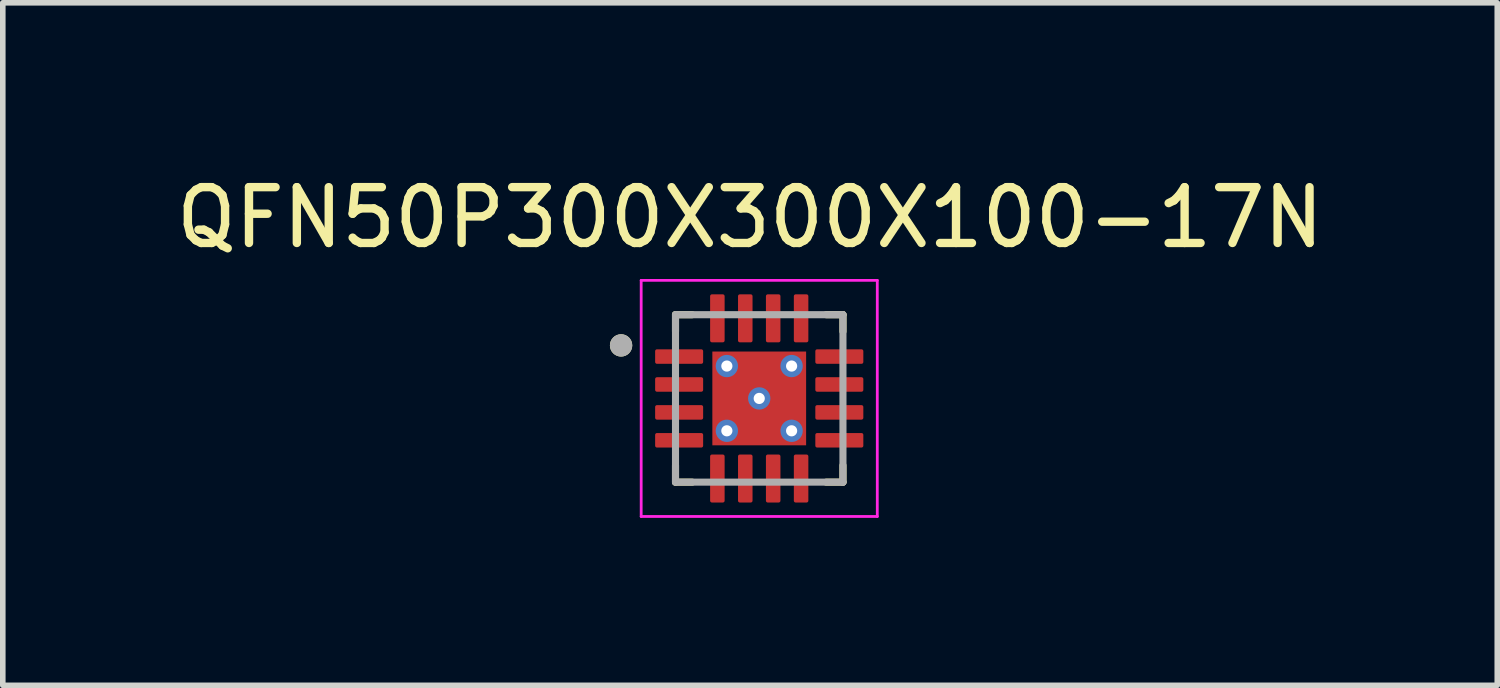
<source format=kicad_pcb>
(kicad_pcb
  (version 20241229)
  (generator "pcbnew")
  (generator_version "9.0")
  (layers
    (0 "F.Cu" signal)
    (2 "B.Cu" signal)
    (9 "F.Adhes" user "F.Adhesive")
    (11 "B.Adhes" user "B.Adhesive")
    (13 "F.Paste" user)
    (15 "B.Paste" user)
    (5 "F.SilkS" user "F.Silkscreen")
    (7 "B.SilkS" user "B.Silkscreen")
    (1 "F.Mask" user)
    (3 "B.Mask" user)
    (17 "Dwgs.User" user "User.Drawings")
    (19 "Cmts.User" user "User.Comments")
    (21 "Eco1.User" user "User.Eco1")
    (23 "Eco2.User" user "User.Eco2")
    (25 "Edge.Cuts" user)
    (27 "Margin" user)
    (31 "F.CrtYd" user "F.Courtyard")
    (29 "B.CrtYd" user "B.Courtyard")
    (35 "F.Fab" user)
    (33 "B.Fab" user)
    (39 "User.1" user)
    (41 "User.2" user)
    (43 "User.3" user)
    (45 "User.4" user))
  (footprint "QFN50P300X300X100-17N"
    (layer "F.Cu")
    (at 10.552 4.088)
    (property "Reference" "QFN50P300X300X100-17N" (at -0.165 -3.24 0) (layer "F.SilkS") (effects (font (size 1 1) (thickness 0.15))))
    (attr smd)
    (fp_line (start -1.5 -1.5) (end -1.5 -1.2) (stroke (width 0.127) (type solid)) (layer "F.SilkS"))
    (fp_line (start -1.5 -1.5) (end -1.2 -1.5) (stroke (width 0.127) (type solid)) (layer "F.SilkS"))
    (fp_line (start -1.5 1.5) (end -1.5 1.2) (stroke (width 0.127) (type solid)) (layer "F.SilkS"))
    (fp_line (start -1.5 1.5) (end -1.2 1.5) (stroke (width 0.127) (type solid)) (layer "F.SilkS"))
    (fp_line (start 1.5 -1.5) (end 1.2 -1.5) (stroke (width 0.127) (type solid)) (layer "F.SilkS"))
    (fp_line (start 1.5 -1.5) (end 1.5 -1.2) (stroke (width 0.127) (type solid)) (layer "F.SilkS"))
    (fp_line (start 1.5 1.5) (end 1.2 1.5) (stroke (width 0.127) (type solid)) (layer "F.SilkS"))
    (fp_line (start 1.5 1.5) (end 1.5 1.2) (stroke (width 0.127) (type solid)) (layer "F.SilkS"))
    (fp_circle (center -2.475 -0.95) (end -2.375 -0.95) (stroke (width 0.2) (type solid)) (fill no) (layer "F.SilkS"))
    (fp_poly (pts (xy -0.53 -0.53) (xy 0.53 -0.53) (xy 0.53 0.53) (xy -0.53 0.53)) (stroke (width 0.01) (type solid)) (fill yes) (layer "F.Paste"))
    (fp_line (start -2.115 -2.115) (end 2.115 -2.115) (stroke (width 0.05) (type solid)) (layer "F.CrtYd"))
    (fp_line (start -2.115 2.115) (end -2.115 -2.115) (stroke (width 0.05) (type solid)) (layer "F.CrtYd"))
    (fp_line (start -2.115 2.115) (end 2.115 2.115) (stroke (width 0.05) (type solid)) (layer "F.CrtYd"))
    (fp_line (start 2.115 2.115) (end 2.115 -2.115) (stroke (width 0.05) (type solid)) (layer "F.CrtYd"))
    (fp_line (start -1.5 1.5) (end -1.5 -1.5) (stroke (width 0.127) (type solid)) (layer "F.Fab"))
    (fp_line (start 1.5 -1.5) (end -1.5 -1.5) (stroke (width 0.127) (type solid)) (layer "F.Fab"))
    (fp_line (start 1.5 1.5) (end -1.5 1.5) (stroke (width 0.127) (type solid)) (layer "F.Fab"))
    (fp_line (start 1.5 1.5) (end 1.5 -1.5) (stroke (width 0.127) (type solid)) (layer "F.Fab"))
    (fp_circle (center -2.475 -0.95) (end -2.375 -0.95) (stroke (width 0.2) (type solid)) (fill no) (layer "F.Fab"))
    (pad "1" smd roundrect (at -1.435 -0.75) (size 0.86 0.26) (layers "F.Cu" "F.Mask" "F.Paste") (roundrect_rratio 0.125))
    (pad "2" smd roundrect (at -1.435 -0.25) (size 0.86 0.26) (layers "F.Cu" "F.Mask" "F.Paste") (roundrect_rratio 0.125))
    (pad "3" smd roundrect (at -1.435 0.25) (size 0.86 0.26) (layers "F.Cu" "F.Mask" "F.Paste") (roundrect_rratio 0.125))
    (pad "4" smd roundrect (at -1.435 0.75) (size 0.86 0.26) (layers "F.Cu" "F.Mask" "F.Paste") (roundrect_rratio 0.125))
    (pad "5" smd roundrect (at -0.75 1.435) (size 0.26 0.86) (layers "F.Cu" "F.Mask" "F.Paste") (roundrect_rratio 0.125))
    (pad "6" smd roundrect (at -0.25 1.435) (size 0.26 0.86) (layers "F.Cu" "F.Mask" "F.Paste") (roundrect_rratio 0.125))
    (pad "7" smd roundrect (at 0.25 1.435) (size 0.26 0.86) (layers "F.Cu" "F.Mask" "F.Paste") (roundrect_rratio 0.125))
    (pad "8" smd roundrect (at 0.75 1.435) (size 0.26 0.86) (layers "F.Cu" "F.Mask" "F.Paste") (roundrect_rratio 0.125))
    (pad "9" smd roundrect (at 1.435 0.75) (size 0.86 0.26) (layers "F.Cu" "F.Mask" "F.Paste") (roundrect_rratio 0.125))
    (pad "10" smd roundrect (at 1.435 0.25) (size 0.86 0.26) (layers "F.Cu" "F.Mask" "F.Paste") (roundrect_rratio 0.125))
    (pad "11" smd roundrect (at 1.435 -0.25) (size 0.86 0.26) (layers "F.Cu" "F.Mask" "F.Paste") (roundrect_rratio 0.125))
    (pad "12" smd roundrect (at 1.435 -0.75) (size 0.86 0.26) (layers "F.Cu" "F.Mask" "F.Paste") (roundrect_rratio 0.125))
    (pad "13" smd roundrect (at 0.75 -1.435) (size 0.26 0.86) (layers "F.Cu" "F.Mask" "F.Paste") (roundrect_rratio 0.125))
    (pad "14" smd roundrect (at 0.25 -1.435) (size 0.26 0.86) (layers "F.Cu" "F.Mask" "F.Paste") (roundrect_rratio 0.125))
    (pad "15" smd roundrect (at -0.25 -1.435) (size 0.26 0.86) (layers "F.Cu" "F.Mask" "F.Paste") (roundrect_rratio 0.125))
    (pad "16" smd roundrect (at -0.75 -1.435) (size 0.26 0.86) (layers "F.Cu" "F.Mask" "F.Paste") (roundrect_rratio 0.125))
    (pad "17" smd rect (at 0 0) (size 1.68 1.68) (layers "F.Cu" "F.Mask"))
    (pad "18" thru_hole circle (at 0 0) (size 0.4 0.4) (drill 0.2) (layers "*.Cu"))
    (pad "19" thru_hole circle (at -0.58 -0.58) (size 0.4 0.4) (drill 0.2) (layers "*.Cu"))
    (pad "20" thru_hole circle (at 0.58 -0.58) (size 0.4 0.4) (drill 0.2) (layers "*.Cu"))
    (pad "21" thru_hole circle (at -0.58 0.58) (size 0.4 0.4) (drill 0.2) (layers "*.Cu"))
    (pad "22" thru_hole circle (at 0.58 0.58) (size 0.4 0.4) (drill 0.2) (layers "*.Cu")))
  (gr_rect
    (start -3 -3)
    (end 23.774 9.228)
    (stroke (width 0.1) (type default))
    (fill no)
    (layer "Edge.Cuts")))
</source>
